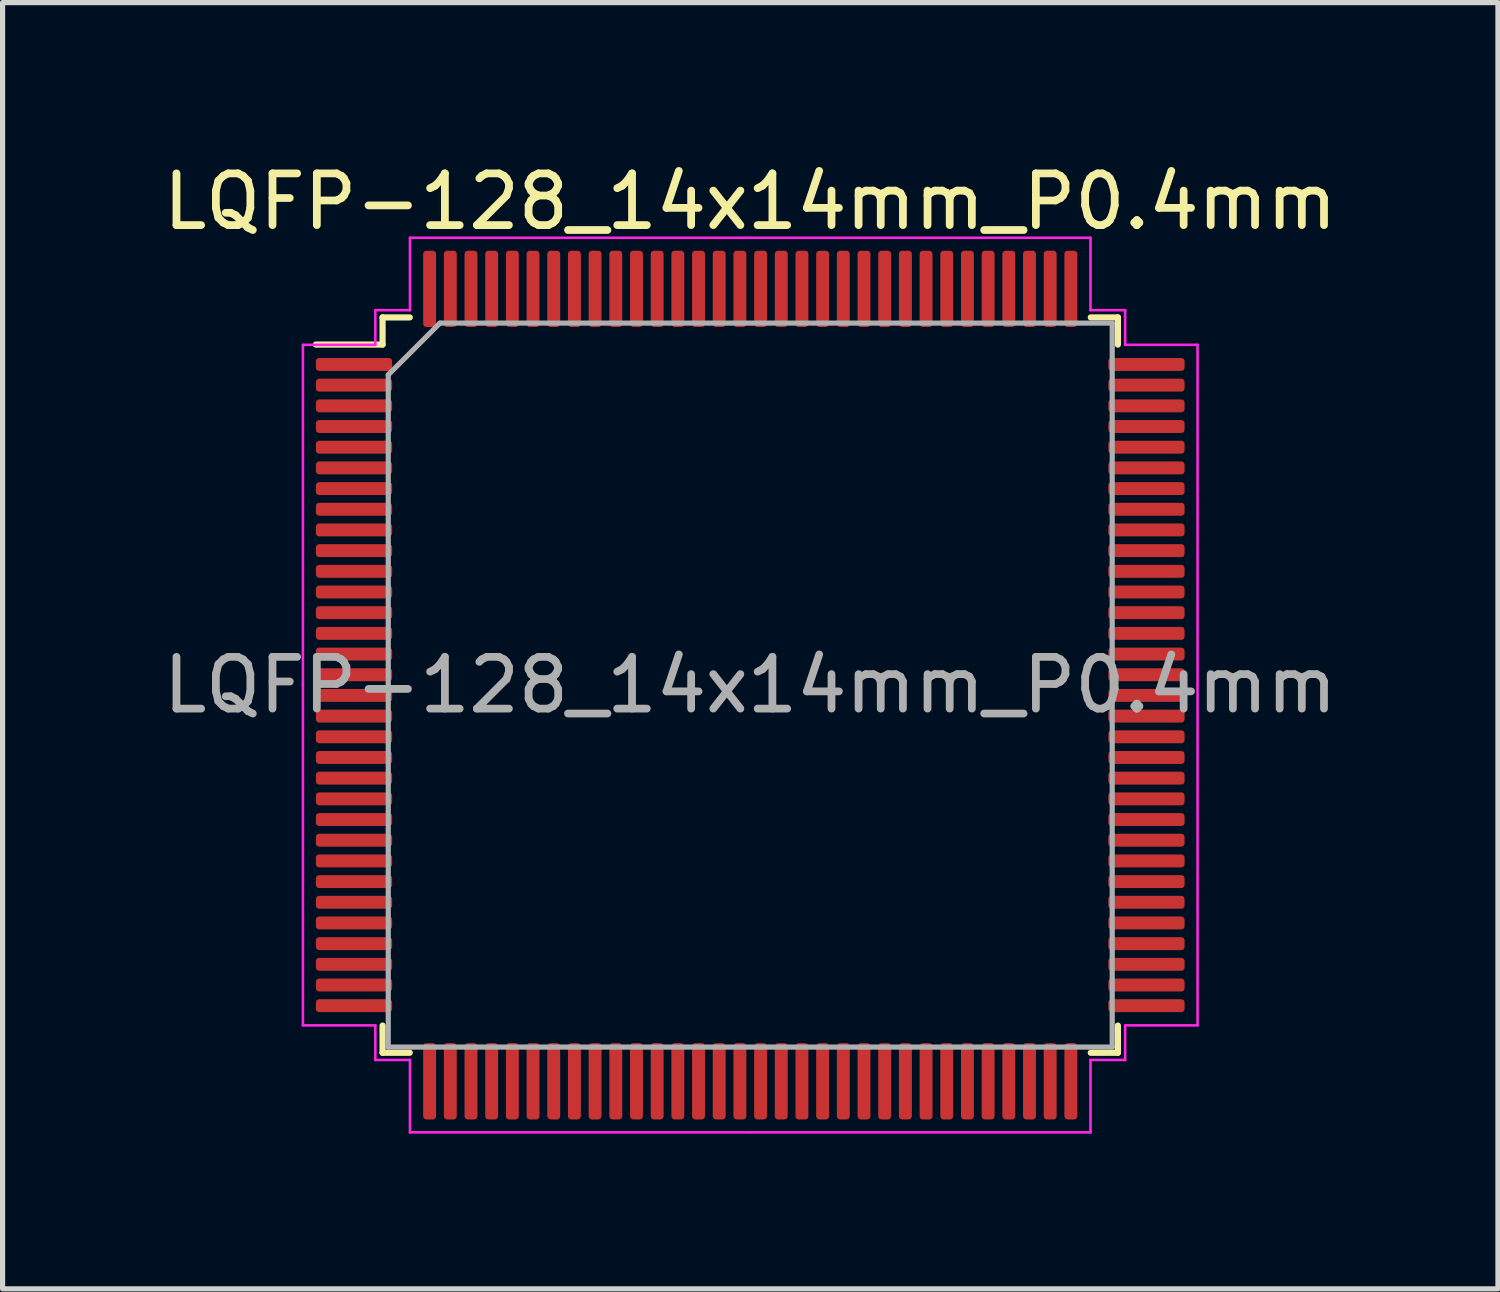
<source format=kicad_pcb>
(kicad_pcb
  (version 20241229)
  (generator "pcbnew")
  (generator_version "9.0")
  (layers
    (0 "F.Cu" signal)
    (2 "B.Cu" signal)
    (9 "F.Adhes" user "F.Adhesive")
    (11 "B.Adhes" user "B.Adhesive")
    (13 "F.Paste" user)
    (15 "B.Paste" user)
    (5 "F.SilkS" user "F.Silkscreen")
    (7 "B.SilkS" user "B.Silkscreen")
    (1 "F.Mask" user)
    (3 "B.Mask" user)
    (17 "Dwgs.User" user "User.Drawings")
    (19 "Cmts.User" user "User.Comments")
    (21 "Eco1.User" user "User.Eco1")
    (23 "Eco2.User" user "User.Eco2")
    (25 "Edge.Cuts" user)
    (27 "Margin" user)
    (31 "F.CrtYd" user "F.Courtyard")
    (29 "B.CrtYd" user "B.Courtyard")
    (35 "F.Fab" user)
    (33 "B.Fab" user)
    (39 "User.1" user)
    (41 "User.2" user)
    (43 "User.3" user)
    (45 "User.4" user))
  (footprint "LQFP-128_14x14mm_P0.4mm"
    (layer "F.Cu")
    (at 11.458 10.198)
    (property "Reference" "LQFP-128_14x14mm_P0.4mm" (at 0 -9.35 0) (layer "F.SilkS") (effects (font (size 1 1) (thickness 0.15))))
    (attr smd)
    (fp_line (start -7.11 -7.11) (end -7.11 -6.585) (stroke (width 0.12) (type solid)) (layer "F.SilkS"))
    (fp_line (start -7.11 -6.585) (end -8.4 -6.585) (stroke (width 0.12) (type solid)) (layer "F.SilkS"))
    (fp_line (start -7.11 7.11) (end -7.11 6.585) (stroke (width 0.12) (type solid)) (layer "F.SilkS"))
    (fp_line (start -6.585 -7.11) (end -7.11 -7.11) (stroke (width 0.12) (type solid)) (layer "F.SilkS"))
    (fp_line (start -6.585 7.11) (end -7.11 7.11) (stroke (width 0.12) (type solid)) (layer "F.SilkS"))
    (fp_line (start 6.585 -7.11) (end 7.11 -7.11) (stroke (width 0.12) (type solid)) (layer "F.SilkS"))
    (fp_line (start 6.585 7.11) (end 7.11 7.11) (stroke (width 0.12) (type solid)) (layer "F.SilkS"))
    (fp_line (start 7.11 -7.11) (end 7.11 -6.585) (stroke (width 0.12) (type solid)) (layer "F.SilkS"))
    (fp_line (start 7.11 7.11) (end 7.11 6.585) (stroke (width 0.12) (type solid)) (layer "F.SilkS"))
    (fp_line (start -8.65 -6.58) (end -8.65 0) (stroke (width 0.05) (type solid)) (layer "F.CrtYd"))
    (fp_line (start -8.65 6.58) (end -8.65 0) (stroke (width 0.05) (type solid)) (layer "F.CrtYd"))
    (fp_line (start -7.25 -7.25) (end -7.25 -6.58) (stroke (width 0.05) (type solid)) (layer "F.CrtYd"))
    (fp_line (start -7.25 -6.58) (end -8.65 -6.58) (stroke (width 0.05) (type solid)) (layer "F.CrtYd"))
    (fp_line (start -7.25 6.58) (end -8.65 6.58) (stroke (width 0.05) (type solid)) (layer "F.CrtYd"))
    (fp_line (start -7.25 7.25) (end -7.25 6.58) (stroke (width 0.05) (type solid)) (layer "F.CrtYd"))
    (fp_line (start -6.58 -8.65) (end -6.58 -7.25) (stroke (width 0.05) (type solid)) (layer "F.CrtYd"))
    (fp_line (start -6.58 -7.25) (end -7.25 -7.25) (stroke (width 0.05) (type solid)) (layer "F.CrtYd"))
    (fp_line (start -6.58 7.25) (end -7.25 7.25) (stroke (width 0.05) (type solid)) (layer "F.CrtYd"))
    (fp_line (start -6.58 8.65) (end -6.58 7.25) (stroke (width 0.05) (type solid)) (layer "F.CrtYd"))
    (fp_line (start 0 -8.65) (end -6.58 -8.65) (stroke (width 0.05) (type solid)) (layer "F.CrtYd"))
    (fp_line (start 0 -8.65) (end 6.58 -8.65) (stroke (width 0.05) (type solid)) (layer "F.CrtYd"))
    (fp_line (start 0 8.65) (end -6.58 8.65) (stroke (width 0.05) (type solid)) (layer "F.CrtYd"))
    (fp_line (start 0 8.65) (end 6.58 8.65) (stroke (width 0.05) (type solid)) (layer "F.CrtYd"))
    (fp_line (start 6.58 -8.65) (end 6.58 -7.25) (stroke (width 0.05) (type solid)) (layer "F.CrtYd"))
    (fp_line (start 6.58 -7.25) (end 7.25 -7.25) (stroke (width 0.05) (type solid)) (layer "F.CrtYd"))
    (fp_line (start 6.58 7.25) (end 7.25 7.25) (stroke (width 0.05) (type solid)) (layer "F.CrtYd"))
    (fp_line (start 6.58 8.65) (end 6.58 7.25) (stroke (width 0.05) (type solid)) (layer "F.CrtYd"))
    (fp_line (start 7.25 -7.25) (end 7.25 -6.58) (stroke (width 0.05) (type solid)) (layer "F.CrtYd"))
    (fp_line (start 7.25 -6.58) (end 8.65 -6.58) (stroke (width 0.05) (type solid)) (layer "F.CrtYd"))
    (fp_line (start 7.25 6.58) (end 8.65 6.58) (stroke (width 0.05) (type solid)) (layer "F.CrtYd"))
    (fp_line (start 7.25 7.25) (end 7.25 6.58) (stroke (width 0.05) (type solid)) (layer "F.CrtYd"))
    (fp_line (start 8.65 -6.58) (end 8.65 0) (stroke (width 0.05) (type solid)) (layer "F.CrtYd"))
    (fp_line (start 8.65 6.58) (end 8.65 0) (stroke (width 0.05) (type solid)) (layer "F.CrtYd"))
    (fp_line (start -7 -6) (end -6 -7) (stroke (width 0.1) (type solid)) (layer "F.Fab"))
    (fp_line (start -7 7) (end -7 -6) (stroke (width 0.1) (type solid)) (layer "F.Fab"))
    (fp_line (start -6 -7) (end 7 -7) (stroke (width 0.1) (type solid)) (layer "F.Fab"))
    (fp_line (start 7 -7) (end 7 7) (stroke (width 0.1) (type solid)) (layer "F.Fab"))
    (fp_line (start 7 7) (end -7 7) (stroke (width 0.1) (type solid)) (layer "F.Fab"))
    (fp_text user "${REFERENCE}" (at 0 0 0) (layer "F.Fab") (effects (font (size 1 1) (thickness 0.15))))
    (pad "1" smd roundrect (at -7.662 -6.2) (size 1.475 0.25) (layers "F.Cu" "F.Mask" "F.Paste") (roundrect_rratio 0.25))
    (pad "2" smd roundrect (at -7.662 -5.8) (size 1.475 0.25) (layers "F.Cu" "F.Mask" "F.Paste") (roundrect_rratio 0.25))
    (pad "3" smd roundrect (at -7.662 -5.4) (size 1.475 0.25) (layers "F.Cu" "F.Mask" "F.Paste") (roundrect_rratio 0.25))
    (pad "4" smd roundrect (at -7.662 -5) (size 1.475 0.25) (layers "F.Cu" "F.Mask" "F.Paste") (roundrect_rratio 0.25))
    (pad "5" smd roundrect (at -7.662 -4.6) (size 1.475 0.25) (layers "F.Cu" "F.Mask" "F.Paste") (roundrect_rratio 0.25))
    (pad "6" smd roundrect (at -7.662 -4.2) (size 1.475 0.25) (layers "F.Cu" "F.Mask" "F.Paste") (roundrect_rratio 0.25))
    (pad "7" smd roundrect (at -7.662 -3.8) (size 1.475 0.25) (layers "F.Cu" "F.Mask" "F.Paste") (roundrect_rratio 0.25))
    (pad "8" smd roundrect (at -7.662 -3.4) (size 1.475 0.25) (layers "F.Cu" "F.Mask" "F.Paste") (roundrect_rratio 0.25))
    (pad "9" smd roundrect (at -7.662 -3) (size 1.475 0.25) (layers "F.Cu" "F.Mask" "F.Paste") (roundrect_rratio 0.25))
    (pad "10" smd roundrect (at -7.662 -2.6) (size 1.475 0.25) (layers "F.Cu" "F.Mask" "F.Paste") (roundrect_rratio 0.25))
    (pad "11" smd roundrect (at -7.662 -2.2) (size 1.475 0.25) (layers "F.Cu" "F.Mask" "F.Paste") (roundrect_rratio 0.25))
    (pad "12" smd roundrect (at -7.662 -1.8) (size 1.475 0.25) (layers "F.Cu" "F.Mask" "F.Paste") (roundrect_rratio 0.25))
    (pad "13" smd roundrect (at -7.662 -1.4) (size 1.475 0.25) (layers "F.Cu" "F.Mask" "F.Paste") (roundrect_rratio 0.25))
    (pad "14" smd roundrect (at -7.662 -1) (size 1.475 0.25) (layers "F.Cu" "F.Mask" "F.Paste") (roundrect_rratio 0.25))
    (pad "15" smd roundrect (at -7.662 -0.6) (size 1.475 0.25) (layers "F.Cu" "F.Mask" "F.Paste") (roundrect_rratio 0.25))
    (pad "16" smd roundrect (at -7.662 -0.2) (size 1.475 0.25) (layers "F.Cu" "F.Mask" "F.Paste") (roundrect_rratio 0.25))
    (pad "17" smd roundrect (at -7.662 0.2) (size 1.475 0.25) (layers "F.Cu" "F.Mask" "F.Paste") (roundrect_rratio 0.25))
    (pad "18" smd roundrect (at -7.662 0.6) (size 1.475 0.25) (layers "F.Cu" "F.Mask" "F.Paste") (roundrect_rratio 0.25))
    (pad "19" smd roundrect (at -7.662 1) (size 1.475 0.25) (layers "F.Cu" "F.Mask" "F.Paste") (roundrect_rratio 0.25))
    (pad "20" smd roundrect (at -7.662 1.4) (size 1.475 0.25) (layers "F.Cu" "F.Mask" "F.Paste") (roundrect_rratio 0.25))
    (pad "21" smd roundrect (at -7.662 1.8) (size 1.475 0.25) (layers "F.Cu" "F.Mask" "F.Paste") (roundrect_rratio 0.25))
    (pad "22" smd roundrect (at -7.662 2.2) (size 1.475 0.25) (layers "F.Cu" "F.Mask" "F.Paste") (roundrect_rratio 0.25))
    (pad "23" smd roundrect (at -7.662 2.6) (size 1.475 0.25) (layers "F.Cu" "F.Mask" "F.Paste") (roundrect_rratio 0.25))
    (pad "24" smd roundrect (at -7.662 3) (size 1.475 0.25) (layers "F.Cu" "F.Mask" "F.Paste") (roundrect_rratio 0.25))
    (pad "25" smd roundrect (at -7.662 3.4) (size 1.475 0.25) (layers "F.Cu" "F.Mask" "F.Paste") (roundrect_rratio 0.25))
    (pad "26" smd roundrect (at -7.662 3.8) (size 1.475 0.25) (layers "F.Cu" "F.Mask" "F.Paste") (roundrect_rratio 0.25))
    (pad "27" smd roundrect (at -7.662 4.2) (size 1.475 0.25) (layers "F.Cu" "F.Mask" "F.Paste") (roundrect_rratio 0.25))
    (pad "28" smd roundrect (at -7.662 4.6) (size 1.475 0.25) (layers "F.Cu" "F.Mask" "F.Paste") (roundrect_rratio 0.25))
    (pad "29" smd roundrect (at -7.662 5) (size 1.475 0.25) (layers "F.Cu" "F.Mask" "F.Paste") (roundrect_rratio 0.25))
    (pad "30" smd roundrect (at -7.662 5.4) (size 1.475 0.25) (layers "F.Cu" "F.Mask" "F.Paste") (roundrect_rratio 0.25))
    (pad "31" smd roundrect (at -7.662 5.8) (size 1.475 0.25) (layers "F.Cu" "F.Mask" "F.Paste") (roundrect_rratio 0.25))
    (pad "32" smd roundrect (at -7.662 6.2) (size 1.475 0.25) (layers "F.Cu" "F.Mask" "F.Paste") (roundrect_rratio 0.25))
    (pad "33" smd roundrect (at -6.2 7.662) (size 0.25 1.475) (layers "F.Cu" "F.Mask" "F.Paste") (roundrect_rratio 0.25))
    (pad "34" smd roundrect (at -5.8 7.662) (size 0.25 1.475) (layers "F.Cu" "F.Mask" "F.Paste") (roundrect_rratio 0.25))
    (pad "35" smd roundrect (at -5.4 7.662) (size 0.25 1.475) (layers "F.Cu" "F.Mask" "F.Paste") (roundrect_rratio 0.25))
    (pad "36" smd roundrect (at -5 7.662) (size 0.25 1.475) (layers "F.Cu" "F.Mask" "F.Paste") (roundrect_rratio 0.25))
    (pad "37" smd roundrect (at -4.6 7.662) (size 0.25 1.475) (layers "F.Cu" "F.Mask" "F.Paste") (roundrect_rratio 0.25))
    (pad "38" smd roundrect (at -4.2 7.662) (size 0.25 1.475) (layers "F.Cu" "F.Mask" "F.Paste") (roundrect_rratio 0.25))
    (pad "39" smd roundrect (at -3.8 7.662) (size 0.25 1.475) (layers "F.Cu" "F.Mask" "F.Paste") (roundrect_rratio 0.25))
    (pad "40" smd roundrect (at -3.4 7.662) (size 0.25 1.475) (layers "F.Cu" "F.Mask" "F.Paste") (roundrect_rratio 0.25))
    (pad "41" smd roundrect (at -3 7.662) (size 0.25 1.475) (layers "F.Cu" "F.Mask" "F.Paste") (roundrect_rratio 0.25))
    (pad "42" smd roundrect (at -2.6 7.662) (size 0.25 1.475) (layers "F.Cu" "F.Mask" "F.Paste") (roundrect_rratio 0.25))
    (pad "43" smd roundrect (at -2.2 7.662) (size 0.25 1.475) (layers "F.Cu" "F.Mask" "F.Paste") (roundrect_rratio 0.25))
    (pad "44" smd roundrect (at -1.8 7.662) (size 0.25 1.475) (layers "F.Cu" "F.Mask" "F.Paste") (roundrect_rratio 0.25))
    (pad "45" smd roundrect (at -1.4 7.662) (size 0.25 1.475) (layers "F.Cu" "F.Mask" "F.Paste") (roundrect_rratio 0.25))
    (pad "46" smd roundrect (at -1 7.662) (size 0.25 1.475) (layers "F.Cu" "F.Mask" "F.Paste") (roundrect_rratio 0.25))
    (pad "47" smd roundrect (at -0.6 7.662) (size 0.25 1.475) (layers "F.Cu" "F.Mask" "F.Paste") (roundrect_rratio 0.25))
    (pad "48" smd roundrect (at -0.2 7.662) (size 0.25 1.475) (layers "F.Cu" "F.Mask" "F.Paste") (roundrect_rratio 0.25))
    (pad "49" smd roundrect (at 0.2 7.662) (size 0.25 1.475) (layers "F.Cu" "F.Mask" "F.Paste") (roundrect_rratio 0.25))
    (pad "50" smd roundrect (at 0.6 7.662) (size 0.25 1.475) (layers "F.Cu" "F.Mask" "F.Paste") (roundrect_rratio 0.25))
    (pad "51" smd roundrect (at 1 7.662) (size 0.25 1.475) (layers "F.Cu" "F.Mask" "F.Paste") (roundrect_rratio 0.25))
    (pad "52" smd roundrect (at 1.4 7.662) (size 0.25 1.475) (layers "F.Cu" "F.Mask" "F.Paste") (roundrect_rratio 0.25))
    (pad "53" smd roundrect (at 1.8 7.662) (size 0.25 1.475) (layers "F.Cu" "F.Mask" "F.Paste") (roundrect_rratio 0.25))
    (pad "54" smd roundrect (at 2.2 7.662) (size 0.25 1.475) (layers "F.Cu" "F.Mask" "F.Paste") (roundrect_rratio 0.25))
    (pad "55" smd roundrect (at 2.6 7.662) (size 0.25 1.475) (layers "F.Cu" "F.Mask" "F.Paste") (roundrect_rratio 0.25))
    (pad "56" smd roundrect (at 3 7.662) (size 0.25 1.475) (layers "F.Cu" "F.Mask" "F.Paste") (roundrect_rratio 0.25))
    (pad "57" smd roundrect (at 3.4 7.662) (size 0.25 1.475) (layers "F.Cu" "F.Mask" "F.Paste") (roundrect_rratio 0.25))
    (pad "58" smd roundrect (at 3.8 7.662) (size 0.25 1.475) (layers "F.Cu" "F.Mask" "F.Paste") (roundrect_rratio 0.25))
    (pad "59" smd roundrect (at 4.2 7.662) (size 0.25 1.475) (layers "F.Cu" "F.Mask" "F.Paste") (roundrect_rratio 0.25))
    (pad "60" smd roundrect (at 4.6 7.662) (size 0.25 1.475) (layers "F.Cu" "F.Mask" "F.Paste") (roundrect_rratio 0.25))
    (pad "61" smd roundrect (at 5 7.662) (size 0.25 1.475) (layers "F.Cu" "F.Mask" "F.Paste") (roundrect_rratio 0.25))
    (pad "62" smd roundrect (at 5.4 7.662) (size 0.25 1.475) (layers "F.Cu" "F.Mask" "F.Paste") (roundrect_rratio 0.25))
    (pad "63" smd roundrect (at 5.8 7.662) (size 0.25 1.475) (layers "F.Cu" "F.Mask" "F.Paste") (roundrect_rratio 0.25))
    (pad "64" smd roundrect (at 6.2 7.662) (size 0.25 1.475) (layers "F.Cu" "F.Mask" "F.Paste") (roundrect_rratio 0.25))
    (pad "65" smd roundrect (at 7.662 6.2) (size 1.475 0.25) (layers "F.Cu" "F.Mask" "F.Paste") (roundrect_rratio 0.25))
    (pad "66" smd roundrect (at 7.662 5.8) (size 1.475 0.25) (layers "F.Cu" "F.Mask" "F.Paste") (roundrect_rratio 0.25))
    (pad "67" smd roundrect (at 7.662 5.4) (size 1.475 0.25) (layers "F.Cu" "F.Mask" "F.Paste") (roundrect_rratio 0.25))
    (pad "68" smd roundrect (at 7.662 5) (size 1.475 0.25) (layers "F.Cu" "F.Mask" "F.Paste") (roundrect_rratio 0.25))
    (pad "69" smd roundrect (at 7.662 4.6) (size 1.475 0.25) (layers "F.Cu" "F.Mask" "F.Paste") (roundrect_rratio 0.25))
    (pad "70" smd roundrect (at 7.662 4.2) (size 1.475 0.25) (layers "F.Cu" "F.Mask" "F.Paste") (roundrect_rratio 0.25))
    (pad "71" smd roundrect (at 7.662 3.8) (size 1.475 0.25) (layers "F.Cu" "F.Mask" "F.Paste") (roundrect_rratio 0.25))
    (pad "72" smd roundrect (at 7.662 3.4) (size 1.475 0.25) (layers "F.Cu" "F.Mask" "F.Paste") (roundrect_rratio 0.25))
    (pad "73" smd roundrect (at 7.662 3) (size 1.475 0.25) (layers "F.Cu" "F.Mask" "F.Paste") (roundrect_rratio 0.25))
    (pad "74" smd roundrect (at 7.662 2.6) (size 1.475 0.25) (layers "F.Cu" "F.Mask" "F.Paste") (roundrect_rratio 0.25))
    (pad "75" smd roundrect (at 7.662 2.2) (size 1.475 0.25) (layers "F.Cu" "F.Mask" "F.Paste") (roundrect_rratio 0.25))
    (pad "76" smd roundrect (at 7.662 1.8) (size 1.475 0.25) (layers "F.Cu" "F.Mask" "F.Paste") (roundrect_rratio 0.25))
    (pad "77" smd roundrect (at 7.662 1.4) (size 1.475 0.25) (layers "F.Cu" "F.Mask" "F.Paste") (roundrect_rratio 0.25))
    (pad "78" smd roundrect (at 7.662 1) (size 1.475 0.25) (layers "F.Cu" "F.Mask" "F.Paste") (roundrect_rratio 0.25))
    (pad "79" smd roundrect (at 7.662 0.6) (size 1.475 0.25) (layers "F.Cu" "F.Mask" "F.Paste") (roundrect_rratio 0.25))
    (pad "80" smd roundrect (at 7.662 0.2) (size 1.475 0.25) (layers "F.Cu" "F.Mask" "F.Paste") (roundrect_rratio 0.25))
    (pad "81" smd roundrect (at 7.662 -0.2) (size 1.475 0.25) (layers "F.Cu" "F.Mask" "F.Paste") (roundrect_rratio 0.25))
    (pad "82" smd roundrect (at 7.662 -0.6) (size 1.475 0.25) (layers "F.Cu" "F.Mask" "F.Paste") (roundrect_rratio 0.25))
    (pad "83" smd roundrect (at 7.662 -1) (size 1.475 0.25) (layers "F.Cu" "F.Mask" "F.Paste") (roundrect_rratio 0.25))
    (pad "84" smd roundrect (at 7.662 -1.4) (size 1.475 0.25) (layers "F.Cu" "F.Mask" "F.Paste") (roundrect_rratio 0.25))
    (pad "85" smd roundrect (at 7.662 -1.8) (size 1.475 0.25) (layers "F.Cu" "F.Mask" "F.Paste") (roundrect_rratio 0.25))
    (pad "86" smd roundrect (at 7.662 -2.2) (size 1.475 0.25) (layers "F.Cu" "F.Mask" "F.Paste") (roundrect_rratio 0.25))
    (pad "87" smd roundrect (at 7.662 -2.6) (size 1.475 0.25) (layers "F.Cu" "F.Mask" "F.Paste") (roundrect_rratio 0.25))
    (pad "88" smd roundrect (at 7.662 -3) (size 1.475 0.25) (layers "F.Cu" "F.Mask" "F.Paste") (roundrect_rratio 0.25))
    (pad "89" smd roundrect (at 7.662 -3.4) (size 1.475 0.25) (layers "F.Cu" "F.Mask" "F.Paste") (roundrect_rratio 0.25))
    (pad "90" smd roundrect (at 7.662 -3.8) (size 1.475 0.25) (layers "F.Cu" "F.Mask" "F.Paste") (roundrect_rratio 0.25))
    (pad "91" smd roundrect (at 7.662 -4.2) (size 1.475 0.25) (layers "F.Cu" "F.Mask" "F.Paste") (roundrect_rratio 0.25))
    (pad "92" smd roundrect (at 7.662 -4.6) (size 1.475 0.25) (layers "F.Cu" "F.Mask" "F.Paste") (roundrect_rratio 0.25))
    (pad "93" smd roundrect (at 7.662 -5) (size 1.475 0.25) (layers "F.Cu" "F.Mask" "F.Paste") (roundrect_rratio 0.25))
    (pad "94" smd roundrect (at 7.662 -5.4) (size 1.475 0.25) (layers "F.Cu" "F.Mask" "F.Paste") (roundrect_rratio 0.25))
    (pad "95" smd roundrect (at 7.662 -5.8) (size 1.475 0.25) (layers "F.Cu" "F.Mask" "F.Paste") (roundrect_rratio 0.25))
    (pad "96" smd roundrect (at 7.662 -6.2) (size 1.475 0.25) (layers "F.Cu" "F.Mask" "F.Paste") (roundrect_rratio 0.25))
    (pad "97" smd roundrect (at 6.2 -7.662) (size 0.25 1.475) (layers "F.Cu" "F.Mask" "F.Paste") (roundrect_rratio 0.25))
    (pad "98" smd roundrect (at 5.8 -7.662) (size 0.25 1.475) (layers "F.Cu" "F.Mask" "F.Paste") (roundrect_rratio 0.25))
    (pad "99" smd roundrect (at 5.4 -7.662) (size 0.25 1.475) (layers "F.Cu" "F.Mask" "F.Paste") (roundrect_rratio 0.25))
    (pad "100" smd roundrect (at 5 -7.662) (size 0.25 1.475) (layers "F.Cu" "F.Mask" "F.Paste") (roundrect_rratio 0.25))
    (pad "101" smd roundrect (at 4.6 -7.662) (size 0.25 1.475) (layers "F.Cu" "F.Mask" "F.Paste") (roundrect_rratio 0.25))
    (pad "102" smd roundrect (at 4.2 -7.662) (size 0.25 1.475) (layers "F.Cu" "F.Mask" "F.Paste") (roundrect_rratio 0.25))
    (pad "103" smd roundrect (at 3.8 -7.662) (size 0.25 1.475) (layers "F.Cu" "F.Mask" "F.Paste") (roundrect_rratio 0.25))
    (pad "104" smd roundrect (at 3.4 -7.662) (size 0.25 1.475) (layers "F.Cu" "F.Mask" "F.Paste") (roundrect_rratio 0.25))
    (pad "105" smd roundrect (at 3 -7.662) (size 0.25 1.475) (layers "F.Cu" "F.Mask" "F.Paste") (roundrect_rratio 0.25))
    (pad "106" smd roundrect (at 2.6 -7.662) (size 0.25 1.475) (layers "F.Cu" "F.Mask" "F.Paste") (roundrect_rratio 0.25))
    (pad "107" smd roundrect (at 2.2 -7.662) (size 0.25 1.475) (layers "F.Cu" "F.Mask" "F.Paste") (roundrect_rratio 0.25))
    (pad "108" smd roundrect (at 1.8 -7.662) (size 0.25 1.475) (layers "F.Cu" "F.Mask" "F.Paste") (roundrect_rratio 0.25))
    (pad "109" smd roundrect (at 1.4 -7.662) (size 0.25 1.475) (layers "F.Cu" "F.Mask" "F.Paste") (roundrect_rratio 0.25))
    (pad "110" smd roundrect (at 1 -7.662) (size 0.25 1.475) (layers "F.Cu" "F.Mask" "F.Paste") (roundrect_rratio 0.25))
    (pad "111" smd roundrect (at 0.6 -7.662) (size 0.25 1.475) (layers "F.Cu" "F.Mask" "F.Paste") (roundrect_rratio 0.25))
    (pad "112" smd roundrect (at 0.2 -7.662) (size 0.25 1.475) (layers "F.Cu" "F.Mask" "F.Paste") (roundrect_rratio 0.25))
    (pad "113" smd roundrect (at -0.2 -7.662) (size 0.25 1.475) (layers "F.Cu" "F.Mask" "F.Paste") (roundrect_rratio 0.25))
    (pad "114" smd roundrect (at -0.6 -7.662) (size 0.25 1.475) (layers "F.Cu" "F.Mask" "F.Paste") (roundrect_rratio 0.25))
    (pad "115" smd roundrect (at -1 -7.662) (size 0.25 1.475) (layers "F.Cu" "F.Mask" "F.Paste") (roundrect_rratio 0.25))
    (pad "116" smd roundrect (at -1.4 -7.662) (size 0.25 1.475) (layers "F.Cu" "F.Mask" "F.Paste") (roundrect_rratio 0.25))
    (pad "117" smd roundrect (at -1.8 -7.662) (size 0.25 1.475) (layers "F.Cu" "F.Mask" "F.Paste") (roundrect_rratio 0.25))
    (pad "118" smd roundrect (at -2.2 -7.662) (size 0.25 1.475) (layers "F.Cu" "F.Mask" "F.Paste") (roundrect_rratio 0.25))
    (pad "119" smd roundrect (at -2.6 -7.662) (size 0.25 1.475) (layers "F.Cu" "F.Mask" "F.Paste") (roundrect_rratio 0.25))
    (pad "120" smd roundrect (at -3 -7.662) (size 0.25 1.475) (layers "F.Cu" "F.Mask" "F.Paste") (roundrect_rratio 0.25))
    (pad "121" smd roundrect (at -3.4 -7.662) (size 0.25 1.475) (layers "F.Cu" "F.Mask" "F.Paste") (roundrect_rratio 0.25))
    (pad "122" smd roundrect (at -3.8 -7.662) (size 0.25 1.475) (layers "F.Cu" "F.Mask" "F.Paste") (roundrect_rratio 0.25))
    (pad "123" smd roundrect (at -4.2 -7.662) (size 0.25 1.475) (layers "F.Cu" "F.Mask" "F.Paste") (roundrect_rratio 0.25))
    (pad "124" smd roundrect (at -4.6 -7.662) (size 0.25 1.475) (layers "F.Cu" "F.Mask" "F.Paste") (roundrect_rratio 0.25))
    (pad "125" smd roundrect (at -5 -7.662) (size 0.25 1.475) (layers "F.Cu" "F.Mask" "F.Paste") (roundrect_rratio 0.25))
    (pad "126" smd roundrect (at -5.4 -7.662) (size 0.25 1.475) (layers "F.Cu" "F.Mask" "F.Paste") (roundrect_rratio 0.25))
    (pad "127" smd roundrect (at -5.8 -7.662) (size 0.25 1.475) (layers "F.Cu" "F.Mask" "F.Paste") (roundrect_rratio 0.25))
    (pad "128" smd roundrect (at -6.2 -7.662) (size 0.25 1.475) (layers "F.Cu" "F.Mask" "F.Paste") (roundrect_rratio 0.25)))
  (gr_rect
    (start -3 -3)
    (end 25.917 21.873)
    (stroke (width 0.1) (type default))
    (fill no)
    (layer "Edge.Cuts")))
</source>
